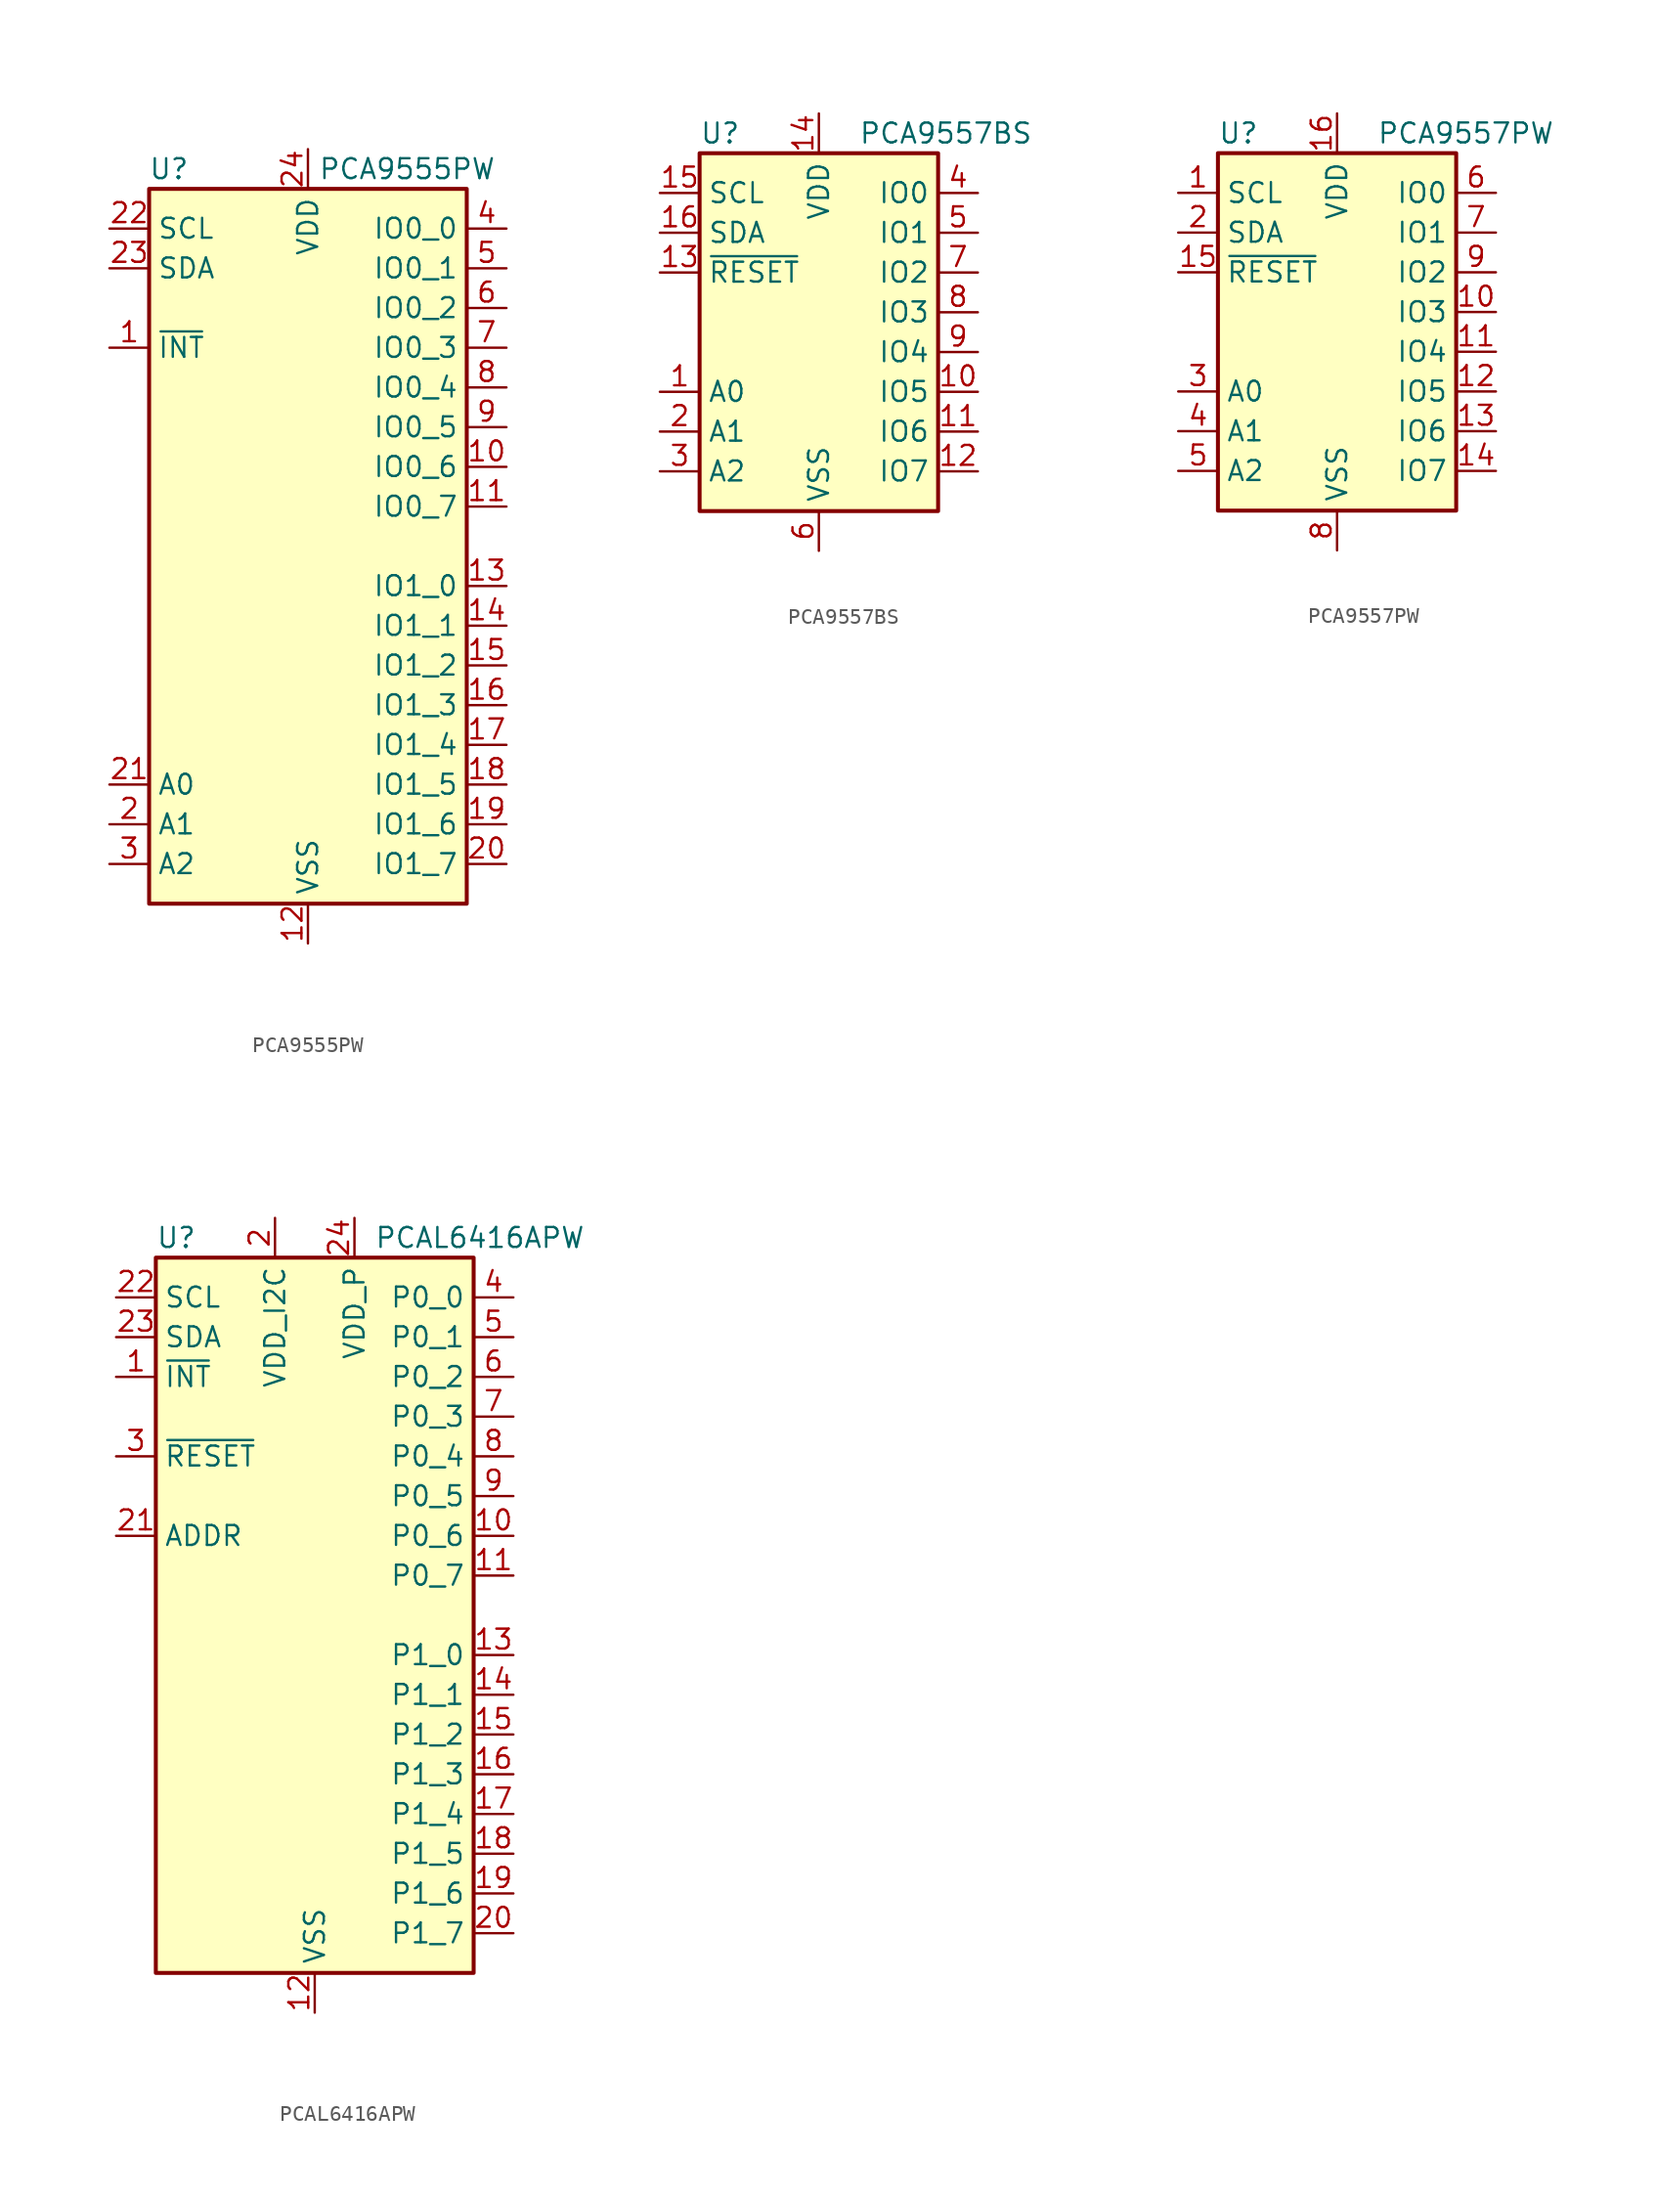
<source format=kicad_sym>
(kicad_symbol_lib
  (version 20201005)
  (generator kicad_symbol_editor)
  (symbol "Interface_Expansion:PCA9555PW"
    (property "Reference" "U"
      (at -8.89 24.13 0)
      (effects (font (size 1.27 1.27))))
    (property "Value" "PCA9555PW"
      (at 6.35 24.13 0)
      (effects (font (size 1.27 1.27))))
    (symbol "PCA9555PW_0_1"
      (rectangle (start -10.16 22.86) (end 10.16 -22.86) (stroke (width 0.254)) (fill (type background))))
    (symbol "PCA9555PW_1_1"
      (pin open_collector line (at -12.7 12.7 0) (length 2.54) (name "~INT" (effects (font (size 1.27 1.27)))) (number "1" (effects (font (size 1.27 1.27)))))
      (pin bidirectional line (at 12.7 5.08 180) (length 2.54) (name "IO0_6" (effects (font (size 1.27 1.27)))) (number "10" (effects (font (size 1.27 1.27)))))
      (pin bidirectional line (at 12.7 2.54 180) (length 2.54) (name "IO0_7" (effects (font (size 1.27 1.27)))) (number "11" (effects (font (size 1.27 1.27)))))
      (pin power_in line (at 0 -25.4 90) (length 2.54) (name "VSS" (effects (font (size 1.27 1.27)))) (number "12" (effects (font (size 1.27 1.27)))))
      (pin bidirectional line (at 12.7 -2.54 180) (length 2.54) (name "IO1_0" (effects (font (size 1.27 1.27)))) (number "13" (effects (font (size 1.27 1.27)))))
      (pin bidirectional line (at 12.7 -5.08 180) (length 2.54) (name "IO1_1" (effects (font (size 1.27 1.27)))) (number "14" (effects (font (size 1.27 1.27)))))
      (pin bidirectional line (at 12.7 -7.62 180) (length 2.54) (name "IO1_2" (effects (font (size 1.27 1.27)))) (number "15" (effects (font (size 1.27 1.27)))))
      (pin bidirectional line (at 12.7 -10.16 180) (length 2.54) (name "IO1_3" (effects (font (size 1.27 1.27)))) (number "16" (effects (font (size 1.27 1.27)))))
      (pin bidirectional line (at 12.7 -12.7 180) (length 2.54) (name "IO1_4" (effects (font (size 1.27 1.27)))) (number "17" (effects (font (size 1.27 1.27)))))
      (pin bidirectional line (at 12.7 -15.24 180) (length 2.54) (name "IO1_5" (effects (font (size 1.27 1.27)))) (number "18" (effects (font (size 1.27 1.27)))))
      (pin bidirectional line (at 12.7 -17.78 180) (length 2.54) (name "IO1_6" (effects (font (size 1.27 1.27)))) (number "19" (effects (font (size 1.27 1.27)))))
      (pin input line (at -12.7 -17.78 0) (length 2.54) (name "A1" (effects (font (size 1.27 1.27)))) (number "2" (effects (font (size 1.27 1.27)))))
      (pin bidirectional line (at 12.7 -20.32 180) (length 2.54) (name "IO1_7" (effects (font (size 1.27 1.27)))) (number "20" (effects (font (size 1.27 1.27)))))
      (pin input line (at -12.7 -15.24 0) (length 2.54) (name "A0" (effects (font (size 1.27 1.27)))) (number "21" (effects (font (size 1.27 1.27)))))
      (pin input line (at -12.7 20.32 0) (length 2.54) (name "SCL" (effects (font (size 1.27 1.27)))) (number "22" (effects (font (size 1.27 1.27)))))
      (pin bidirectional line (at -12.7 17.78 0) (length 2.54) (name "SDA" (effects (font (size 1.27 1.27)))) (number "23" (effects (font (size 1.27 1.27)))))
      (pin power_in line (at 0 25.4 270) (length 2.54) (name "VDD" (effects (font (size 1.27 1.27)))) (number "24" (effects (font (size 1.27 1.27)))))
      (pin input line (at -12.7 -20.32 0) (length 2.54) (name "A2" (effects (font (size 1.27 1.27)))) (number "3" (effects (font (size 1.27 1.27)))))
      (pin bidirectional line (at 12.7 20.32 180) (length 2.54) (name "IO0_0" (effects (font (size 1.27 1.27)))) (number "4" (effects (font (size 1.27 1.27)))))
      (pin bidirectional line (at 12.7 17.78 180) (length 2.54) (name "IO0_1" (effects (font (size 1.27 1.27)))) (number "5" (effects (font (size 1.27 1.27)))))
      (pin bidirectional line (at 12.7 15.24 180) (length 2.54) (name "IO0_2" (effects (font (size 1.27 1.27)))) (number "6" (effects (font (size 1.27 1.27)))))
      (pin bidirectional line (at 12.7 12.7 180) (length 2.54) (name "IO0_3" (effects (font (size 1.27 1.27)))) (number "7" (effects (font (size 1.27 1.27)))))
      (pin bidirectional line (at 12.7 10.16 180) (length 2.54) (name "IO0_4" (effects (font (size 1.27 1.27)))) (number "8" (effects (font (size 1.27 1.27)))))
      (pin bidirectional line (at 12.7 7.62 180) (length 2.54) (name "IO0_5" (effects (font (size 1.27 1.27)))) (number "9" (effects (font (size 1.27 1.27)))))))
  (symbol "Interface_Expansion:PCA9557BS"
    (property "Reference" "U"
      (at -7.62 11.43 0)
      (effects (font (size 1.27 1.27)) (justify left)))
    (property "Value" "PCA9557BS"
      (at 2.54 11.43 0)
      (effects (font (size 1.27 1.27)) (justify left)))
    (symbol "PCA9557BS_0_1"
      (rectangle (start -7.62 -12.7) (end 7.62 10.16) (stroke (width 0.254)) (fill (type background))))
    (symbol "PCA9557BS_1_1"
      (pin input line (at -10.16 -5.08 0) (length 2.54) (name "A0" (effects (font (size 1.27 1.27)))) (number "1" (effects (font (size 1.27 1.27)))))
      (pin bidirectional line (at 10.16 -5.08 180) (length 2.54) (name "IO5" (effects (font (size 1.27 1.27)))) (number "10" (effects (font (size 1.27 1.27)))))
      (pin bidirectional line (at 10.16 -7.62 180) (length 2.54) (name "IO6" (effects (font (size 1.27 1.27)))) (number "11" (effects (font (size 1.27 1.27)))))
      (pin bidirectional line (at 10.16 -10.16 180) (length 2.54) (name "IO7" (effects (font (size 1.27 1.27)))) (number "12" (effects (font (size 1.27 1.27)))))
      (pin input line (at -10.16 2.54 0) (length 2.54) (name "~RESET~" (effects (font (size 1.27 1.27)))) (number "13" (effects (font (size 1.27 1.27)))))
      (pin power_in line (at 0 12.7 270) (length 2.54) (name "VDD" (effects (font (size 1.27 1.27)))) (number "14" (effects (font (size 1.27 1.27)))))
      (pin input line (at -10.16 7.62 0) (length 2.54) (name "SCL" (effects (font (size 1.27 1.27)))) (number "15" (effects (font (size 1.27 1.27)))))
      (pin bidirectional line (at -10.16 5.08 0) (length 2.54) (name "SDA" (effects (font (size 1.27 1.27)))) (number "16" (effects (font (size 1.27 1.27)))))
      (pin input line (at -10.16 -7.62 0) (length 2.54) (name "A1" (effects (font (size 1.27 1.27)))) (number "2" (effects (font (size 1.27 1.27)))))
      (pin input line (at -10.16 -10.16 0) (length 2.54) (name "A2" (effects (font (size 1.27 1.27)))) (number "3" (effects (font (size 1.27 1.27)))))
      (pin bidirectional line (at 10.16 7.62 180) (length 2.54) (name "IO0" (effects (font (size 1.27 1.27)))) (number "4" (effects (font (size 1.27 1.27)))))
      (pin bidirectional line (at 10.16 5.08 180) (length 2.54) (name "IO1" (effects (font (size 1.27 1.27)))) (number "5" (effects (font (size 1.27 1.27)))))
      (pin power_in line (at 0 -15.24 90) (length 2.54) (name "VSS" (effects (font (size 1.27 1.27)))) (number "6" (effects (font (size 1.27 1.27)))))
      (pin bidirectional line (at 10.16 2.54 180) (length 2.54) (name "IO2" (effects (font (size 1.27 1.27)))) (number "7" (effects (font (size 1.27 1.27)))))
      (pin bidirectional line (at 10.16 0 180) (length 2.54) (name "IO3" (effects (font (size 1.27 1.27)))) (number "8" (effects (font (size 1.27 1.27)))))
      (pin bidirectional line (at 10.16 -2.54 180) (length 2.54) (name "IO4" (effects (font (size 1.27 1.27)))) (number "9" (effects (font (size 1.27 1.27)))))))
  (symbol "Interface_Expansion:PCA9557PW"
    (property "Reference" "U"
      (at -7.62 11.43 0)
      (effects (font (size 1.27 1.27)) (justify left)))
    (property "Value" "PCA9557PW"
      (at 2.54 11.43 0)
      (effects (font (size 1.27 1.27)) (justify left)))
    (symbol "PCA9557PW_0_1"
      (rectangle (start -7.62 -12.7) (end 7.62 10.16) (stroke (width 0.254)) (fill (type background))))
    (symbol "PCA9557PW_1_1"
      (pin input line (at -10.16 7.62 0) (length 2.54) (name "SCL" (effects (font (size 1.27 1.27)))) (number "1" (effects (font (size 1.27 1.27)))))
      (pin bidirectional line (at 10.16 0 180) (length 2.54) (name "IO3" (effects (font (size 1.27 1.27)))) (number "10" (effects (font (size 1.27 1.27)))))
      (pin bidirectional line (at 10.16 -2.54 180) (length 2.54) (name "IO4" (effects (font (size 1.27 1.27)))) (number "11" (effects (font (size 1.27 1.27)))))
      (pin bidirectional line (at 10.16 -5.08 180) (length 2.54) (name "IO5" (effects (font (size 1.27 1.27)))) (number "12" (effects (font (size 1.27 1.27)))))
      (pin bidirectional line (at 10.16 -7.62 180) (length 2.54) (name "IO6" (effects (font (size 1.27 1.27)))) (number "13" (effects (font (size 1.27 1.27)))))
      (pin bidirectional line (at 10.16 -10.16 180) (length 2.54) (name "IO7" (effects (font (size 1.27 1.27)))) (number "14" (effects (font (size 1.27 1.27)))))
      (pin input line (at -10.16 2.54 0) (length 2.54) (name "~RESET~" (effects (font (size 1.27 1.27)))) (number "15" (effects (font (size 1.27 1.27)))))
      (pin power_in line (at 0 12.7 270) (length 2.54) (name "VDD" (effects (font (size 1.27 1.27)))) (number "16" (effects (font (size 1.27 1.27)))))
      (pin bidirectional line (at -10.16 5.08 0) (length 2.54) (name "SDA" (effects (font (size 1.27 1.27)))) (number "2" (effects (font (size 1.27 1.27)))))
      (pin input line (at -10.16 -5.08 0) (length 2.54) (name "A0" (effects (font (size 1.27 1.27)))) (number "3" (effects (font (size 1.27 1.27)))))
      (pin input line (at -10.16 -7.62 0) (length 2.54) (name "A1" (effects (font (size 1.27 1.27)))) (number "4" (effects (font (size 1.27 1.27)))))
      (pin input line (at -10.16 -10.16 0) (length 2.54) (name "A2" (effects (font (size 1.27 1.27)))) (number "5" (effects (font (size 1.27 1.27)))))
      (pin bidirectional line (at 10.16 7.62 180) (length 2.54) (name "IO0" (effects (font (size 1.27 1.27)))) (number "6" (effects (font (size 1.27 1.27)))))
      (pin bidirectional line (at 10.16 5.08 180) (length 2.54) (name "IO1" (effects (font (size 1.27 1.27)))) (number "7" (effects (font (size 1.27 1.27)))))
      (pin power_in line (at 0 -15.24 90) (length 2.54) (name "VSS" (effects (font (size 1.27 1.27)))) (number "8" (effects (font (size 1.27 1.27)))))
      (pin bidirectional line (at 10.16 2.54 180) (length 2.54) (name "IO2" (effects (font (size 1.27 1.27)))) (number "9" (effects (font (size 1.27 1.27)))))))
  (symbol "Interface_Expansion:PCAL6416APW"
    (property "Reference" "U"
      (at -10.16 24.13 0)
      (effects (font (size 1.27 1.27)) (justify left)))
    (property "Value" "PCAL6416APW"
      (at 3.81 24.13 0)
      (effects (font (size 1.27 1.27)) (justify left)))
    (symbol "PCAL6416APW_0_1"
      (rectangle (start -10.16 22.86) (end 10.16 -22.86) (stroke (width 0.254)) (fill (type background))))
    (symbol "PCAL6416APW_1_1"
      (pin open_collector line (at -12.7 15.24 0) (length 2.54) (name "~INT" (effects (font (size 1.27 1.27)))) (number "1" (effects (font (size 1.27 1.27)))))
      (pin bidirectional line (at 12.7 5.08 180) (length 2.54) (name "P0_6" (effects (font (size 1.27 1.27)))) (number "10" (effects (font (size 1.27 1.27)))))
      (pin bidirectional line (at 12.7 2.54 180) (length 2.54) (name "P0_7" (effects (font (size 1.27 1.27)))) (number "11" (effects (font (size 1.27 1.27)))))
      (pin power_in line (at 0 -25.4 90) (length 2.54) (name "VSS" (effects (font (size 1.27 1.27)))) (number "12" (effects (font (size 1.27 1.27)))))
      (pin bidirectional line (at 12.7 -2.54 180) (length 2.54) (name "P1_0" (effects (font (size 1.27 1.27)))) (number "13" (effects (font (size 1.27 1.27)))))
      (pin bidirectional line (at 12.7 -5.08 180) (length 2.54) (name "P1_1" (effects (font (size 1.27 1.27)))) (number "14" (effects (font (size 1.27 1.27)))))
      (pin bidirectional line (at 12.7 -7.62 180) (length 2.54) (name "P1_2" (effects (font (size 1.27 1.27)))) (number "15" (effects (font (size 1.27 1.27)))))
      (pin bidirectional line (at 12.7 -10.16 180) (length 2.54) (name "P1_3" (effects (font (size 1.27 1.27)))) (number "16" (effects (font (size 1.27 1.27)))))
      (pin bidirectional line (at 12.7 -12.7 180) (length 2.54) (name "P1_4" (effects (font (size 1.27 1.27)))) (number "17" (effects (font (size 1.27 1.27)))))
      (pin bidirectional line (at 12.7 -15.24 180) (length 2.54) (name "P1_5" (effects (font (size 1.27 1.27)))) (number "18" (effects (font (size 1.27 1.27)))))
      (pin bidirectional line (at 12.7 -17.78 180) (length 2.54) (name "P1_6" (effects (font (size 1.27 1.27)))) (number "19" (effects (font (size 1.27 1.27)))))
      (pin power_in line (at -2.54 25.4 270) (length 2.54) (name "VDD_I2C" (effects (font (size 1.27 1.27)))) (number "2" (effects (font (size 1.27 1.27)))))
      (pin bidirectional line (at 12.7 -20.32 180) (length 2.54) (name "P1_7" (effects (font (size 1.27 1.27)))) (number "20" (effects (font (size 1.27 1.27)))))
      (pin input line (at -12.7 5.08 0) (length 2.54) (name "ADDR" (effects (font (size 1.27 1.27)))) (number "21" (effects (font (size 1.27 1.27)))))
      (pin input line (at -12.7 20.32 0) (length 2.54) (name "SCL" (effects (font (size 1.27 1.27)))) (number "22" (effects (font (size 1.27 1.27)))))
      (pin bidirectional line (at -12.7 17.78 0) (length 2.54) (name "SDA" (effects (font (size 1.27 1.27)))) (number "23" (effects (font (size 1.27 1.27)))))
      (pin power_in line (at 2.54 25.4 270) (length 2.54) (name "VDD_P" (effects (font (size 1.27 1.27)))) (number "24" (effects (font (size 1.27 1.27)))))
      (pin input line (at -12.7 10.16 0) (length 2.54) (name "~RESET" (effects (font (size 1.27 1.27)))) (number "3" (effects (font (size 1.27 1.27)))))
      (pin bidirectional line (at 12.7 20.32 180) (length 2.54) (name "P0_0" (effects (font (size 1.27 1.27)))) (number "4" (effects (font (size 1.27 1.27)))))
      (pin bidirectional line (at 12.7 17.78 180) (length 2.54) (name "P0_1" (effects (font (size 1.27 1.27)))) (number "5" (effects (font (size 1.27 1.27)))))
      (pin bidirectional line (at 12.7 15.24 180) (length 2.54) (name "P0_2" (effects (font (size 1.27 1.27)))) (number "6" (effects (font (size 1.27 1.27)))))
      (pin bidirectional line (at 12.7 12.7 180) (length 2.54) (name "P0_3" (effects (font (size 1.27 1.27)))) (number "7" (effects (font (size 1.27 1.27)))))
      (pin bidirectional line (at 12.7 10.16 180) (length 2.54) (name "P0_4" (effects (font (size 1.27 1.27)))) (number "8" (effects (font (size 1.27 1.27)))))
      (pin bidirectional line (at 12.7 7.62 180) (length 2.54) (name "P0_5" (effects (font (size 1.27 1.27)))) (number "9" (effects (font (size 1.27 1.27))))))))
</source>
